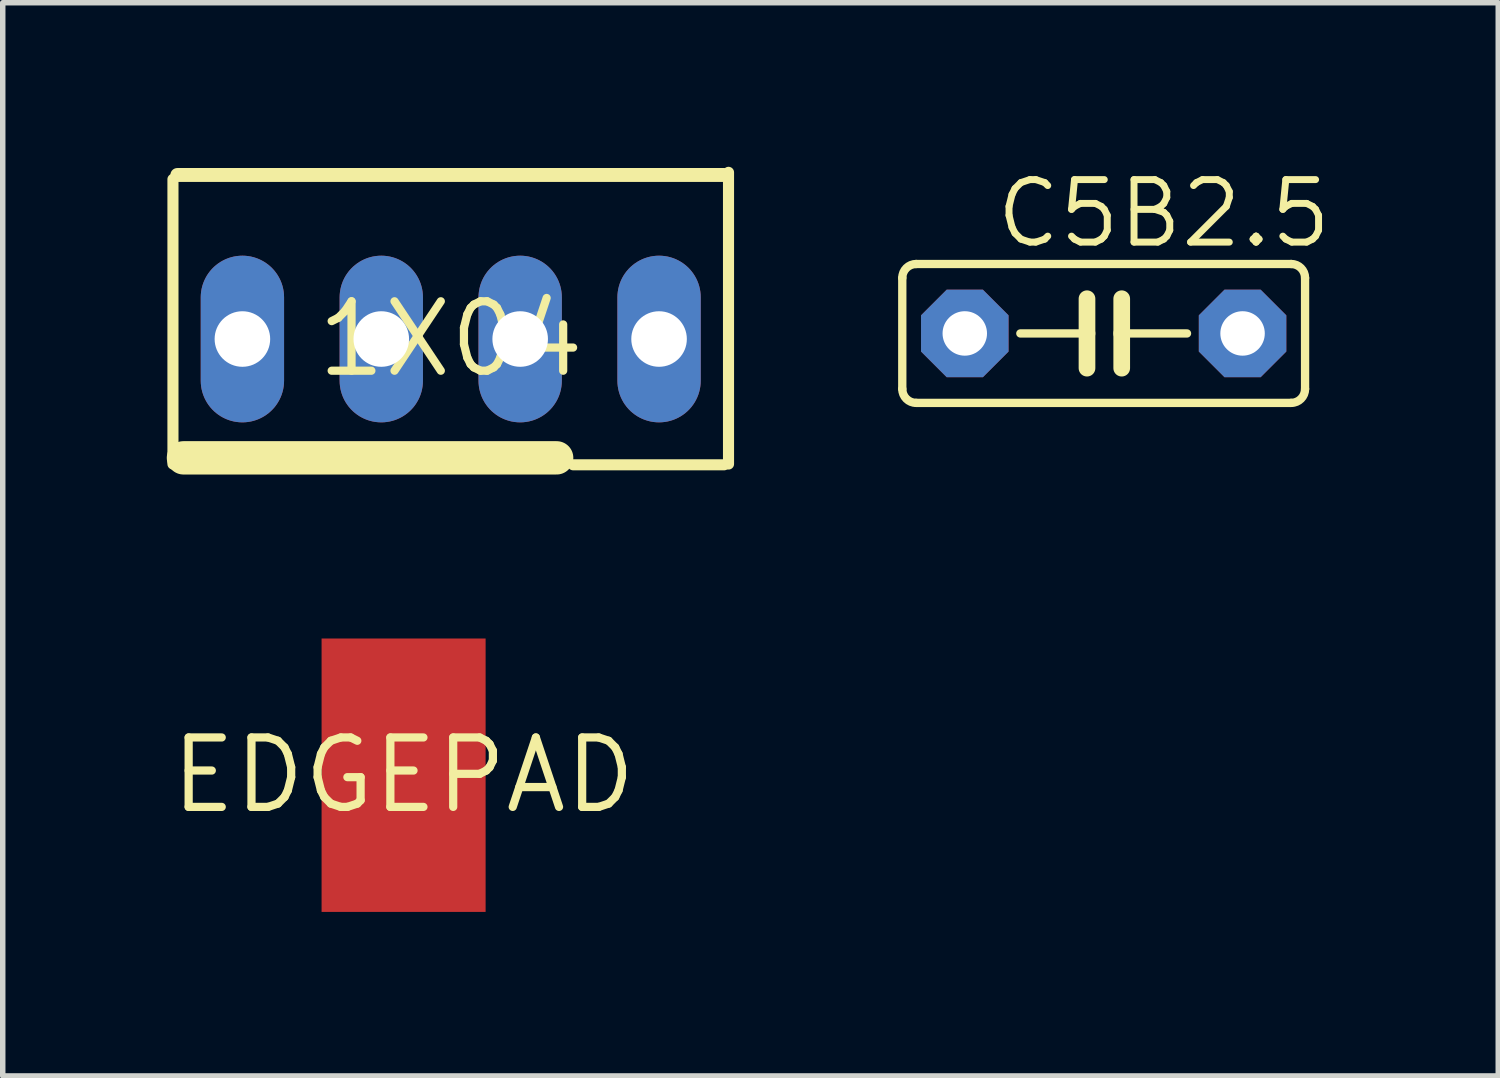
<source format=kicad_pcb>
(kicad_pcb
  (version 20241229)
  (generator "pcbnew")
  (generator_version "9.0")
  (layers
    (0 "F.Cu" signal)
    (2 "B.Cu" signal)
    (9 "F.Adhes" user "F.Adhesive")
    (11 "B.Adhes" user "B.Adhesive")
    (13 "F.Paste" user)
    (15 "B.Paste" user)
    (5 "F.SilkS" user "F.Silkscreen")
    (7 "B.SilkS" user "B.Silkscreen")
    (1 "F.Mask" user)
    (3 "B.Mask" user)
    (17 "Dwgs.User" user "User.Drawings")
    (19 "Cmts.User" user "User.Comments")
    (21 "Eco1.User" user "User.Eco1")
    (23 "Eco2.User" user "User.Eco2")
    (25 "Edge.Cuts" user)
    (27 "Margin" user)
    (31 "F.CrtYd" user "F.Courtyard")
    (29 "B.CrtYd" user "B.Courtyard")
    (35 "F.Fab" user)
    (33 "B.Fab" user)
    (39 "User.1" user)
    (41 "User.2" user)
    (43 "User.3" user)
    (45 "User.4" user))
  (footprint "C5B2.5"
    (layer "F.Cu")
    (at 17.134 3.048)
    (property "Reference" "C5B2.5" (at -2.032 -1.524 0) (layer "F.SilkS") (effects (font (size 1.143 1.143) (thickness 0.127)) (justify left bottom)))
    (fp_line (start -3.683 -1.016) (end -3.683 1.016) (stroke (width 0.152) (type solid)) (layer "F.SilkS"))
    (fp_line (start -3.429 1.27) (end 3.429 1.27) (stroke (width 0.152) (type solid)) (layer "F.SilkS"))
    (fp_line (start -0.305 -0.635) (end -0.305 0) (stroke (width 0.305) (type solid)) (layer "F.SilkS"))
    (fp_line (start -0.305 0) (end -1.524 0) (stroke (width 0.152) (type solid)) (layer "F.SilkS"))
    (fp_line (start -0.305 0) (end -0.305 0.635) (stroke (width 0.305) (type solid)) (layer "F.SilkS"))
    (fp_line (start 0.33 -0.635) (end 0.33 0) (stroke (width 0.305) (type solid)) (layer "F.SilkS"))
    (fp_line (start 0.33 0) (end 0.33 0.635) (stroke (width 0.305) (type solid)) (layer "F.SilkS"))
    (fp_line (start 0.33 0) (end 1.524 0) (stroke (width 0.152) (type solid)) (layer "F.SilkS"))
    (fp_line (start 3.429 -1.27) (end -3.429 -1.27) (stroke (width 0.152) (type solid)) (layer "F.SilkS"))
    (fp_line (start 3.683 1.016) (end 3.683 -1.016) (stroke (width 0.152) (type solid)) (layer "F.SilkS"))
    (fp_arc (start -3.683 -1.016) (mid -3.608605 -1.195605) (end -3.429 -1.27) (stroke (width 0.1524) (type solid)) (layer "F.SilkS"))
    (fp_arc (start -3.429 1.27) (mid -3.608605 1.195605) (end -3.683 1.016) (stroke (width 0.1524) (type solid)) (layer "F.SilkS"))
    (fp_arc (start 3.429 -1.27) (mid 3.608605 -1.195605) (end 3.683 -1.016) (stroke (width 0.1524) (type solid)) (layer "F.SilkS"))
    (fp_arc (start 3.683 1.016) (mid 3.608605 1.195605) (end 3.429 1.27) (stroke (width 0.1524) (type solid)) (layer "F.SilkS"))
    (pad "1" thru_hole roundrect (at -2.54 0) (size 1.6 1.6) (drill 0.813) (layers "*.Cu" "*.Mask") (roundrect_rratio 0.25) (chamfer_ratio 0.293) (chamfer top_left top_right bottom_left bottom_right))
    (pad "2" thru_hole roundrect (at 2.54 0) (size 1.6 1.6) (drill 0.813) (layers "*.Cu" "*.Mask") (roundrect_rratio 0.25) (chamfer_ratio 0.293) (chamfer top_left top_right bottom_left bottom_right)))
  (footprint "1X04"
    (layer "F.Cu")
    (at 5.193 3.15)
    (property "Reference" "1X04" (at 0 0 0) (layer "F.SilkS") (effects (font (size 1.27 1.27) (thickness 0.15))))
    (fp_line (start -5.08 -2.921) (end -5.08 2.286) (stroke (width 0.203) (type solid)) (layer "F.SilkS"))
    (fp_line (start 1.937 2.173) (end -4.888 2.173) (stroke (width 0.61) (type solid)) (layer "F.SilkS"))
    (fp_line (start 5 -3) (end -5 -3) (stroke (width 0.254) (type solid)) (layer "F.SilkS"))
    (fp_line (start 5 2.3) (end 2.239 2.3) (stroke (width 0.203) (type solid)) (layer "F.SilkS"))
    (fp_line (start 5.08 -3.048) (end 5.08 2.286) (stroke (width 0.203) (type solid)) (layer "F.SilkS"))
    (fp_poly (pts (xy -4.064 0.254) (xy -3.556 0.254) (xy -3.556 -0.254) (xy -4.064 -0.254)) (stroke (width 0.1) (type default)) (fill no) (layer "F.Fab"))
    (fp_poly (pts (xy -1.524 0.254) (xy -1.016 0.254) (xy -1.016 -0.254) (xy -1.524 -0.254)) (stroke (width 0.1) (type default)) (fill no) (layer "F.Fab"))
    (fp_poly (pts (xy 1.016 0.254) (xy 1.524 0.254) (xy 1.524 -0.254) (xy 1.016 -0.254)) (stroke (width 0.1) (type default)) (fill no) (layer "F.Fab"))
    (fp_poly (pts (xy 3.556 0.254) (xy 4.064 0.254) (xy 4.064 -0.254) (xy 3.556 -0.254)) (stroke (width 0.1) (type default)) (fill no) (layer "F.Fab"))
    (pad "1" thru_hole oval (at -3.81 0 90) (size 3.048 1.524) (drill 1.016) (layers "*.Cu" "*.Mask"))
    (pad "2" thru_hole oval (at -1.27 0 90) (size 3.048 1.524) (drill 1.016) (layers "*.Cu" "*.Mask"))
    (pad "3" thru_hole oval (at 1.27 0 90) (size 3.048 1.524) (drill 1.016) (layers "*.Cu" "*.Mask"))
    (pad "4" thru_hole oval (at 3.81 0 90) (size 3.048 1.524) (drill 1.016) (layers "*.Cu" "*.Mask")))
  (footprint "EDGEPAD"
    (layer "F.Cu")
    (at 4.331 11.127)
    (property "Reference" "EDGEPAD" (at 0 0 0) (layer "F.SilkS") (effects (font (size 1.27 1.27) (thickness 0.15))))
    (pad "P$1" smd rect (at 0 0) (size 3 5) (layers "F.Cu" "F.Mask")))
  (gr_rect
    (start -3 -3)
    (end 24.35 16.627)
    (stroke (width 0.1) (type default))
    (fill no)
    (layer "Edge.Cuts")))
</source>
